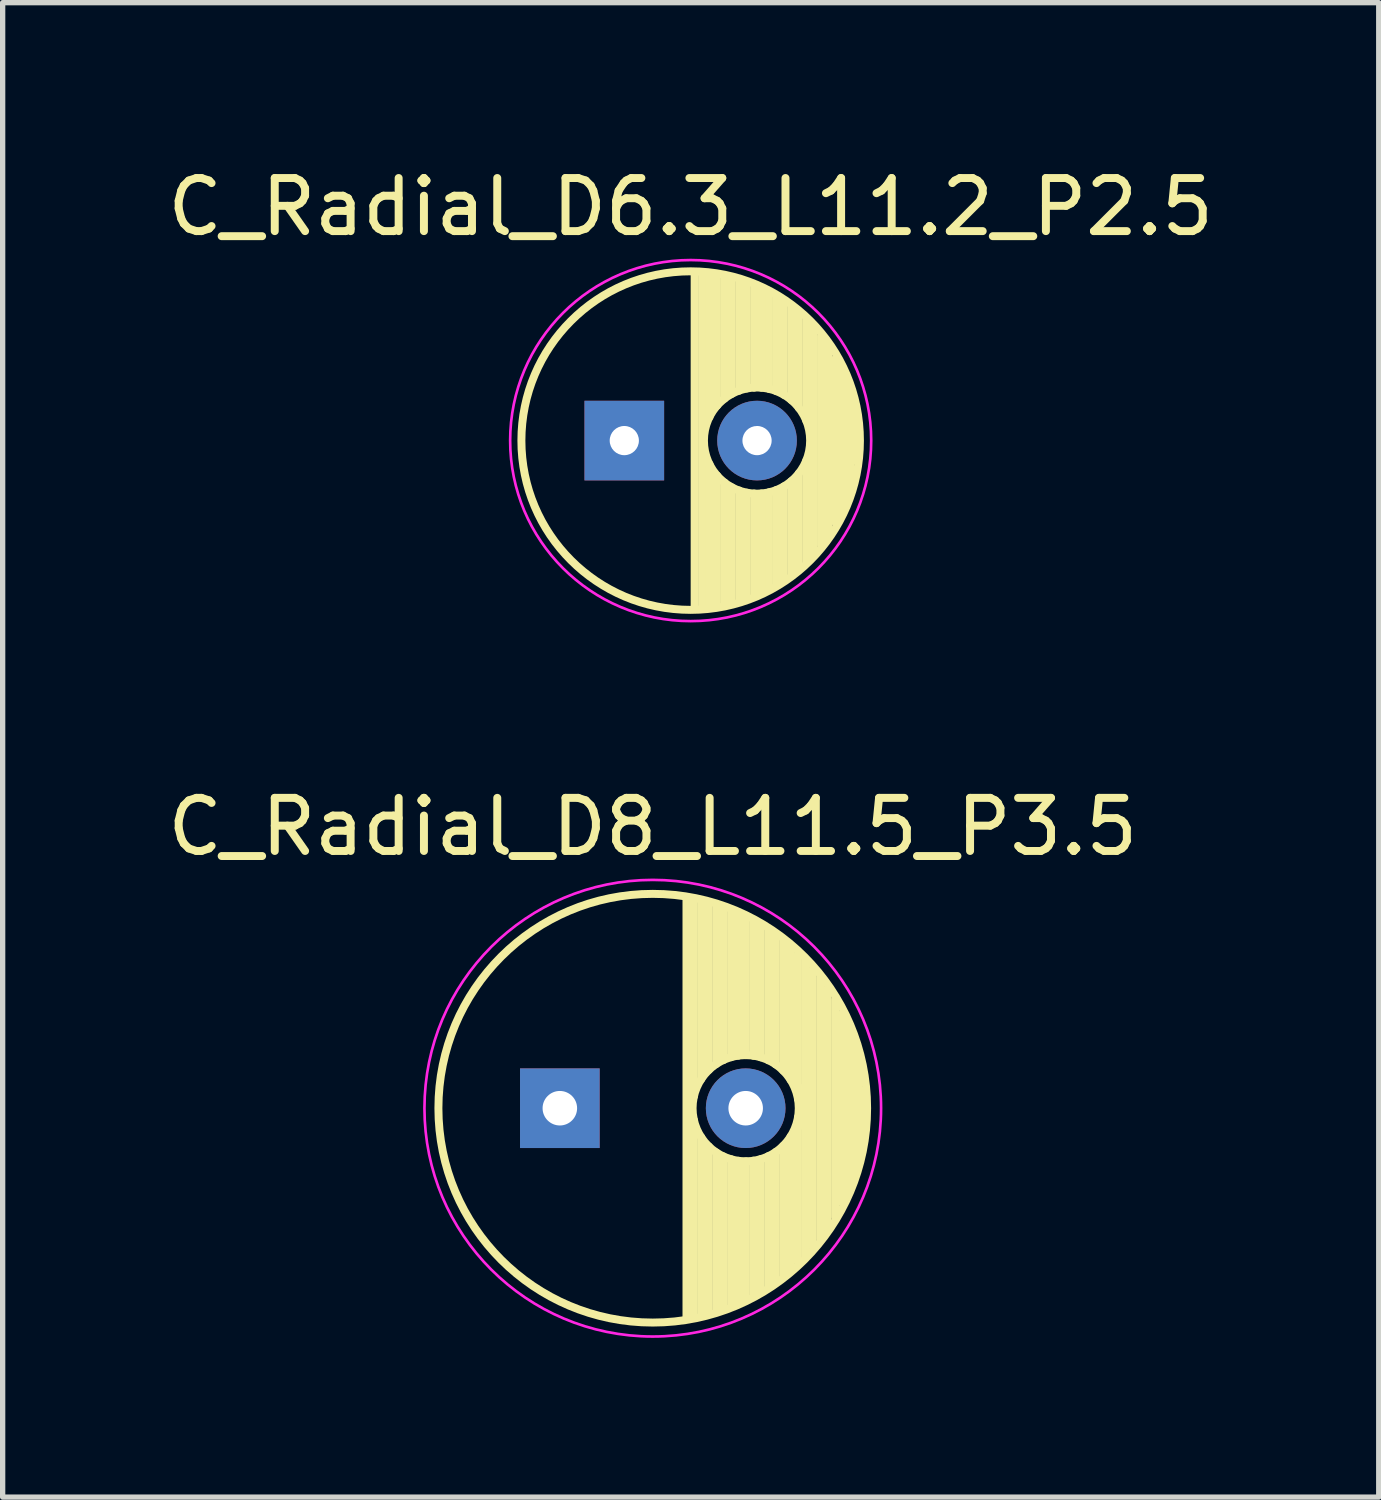
<source format=kicad_pcb>
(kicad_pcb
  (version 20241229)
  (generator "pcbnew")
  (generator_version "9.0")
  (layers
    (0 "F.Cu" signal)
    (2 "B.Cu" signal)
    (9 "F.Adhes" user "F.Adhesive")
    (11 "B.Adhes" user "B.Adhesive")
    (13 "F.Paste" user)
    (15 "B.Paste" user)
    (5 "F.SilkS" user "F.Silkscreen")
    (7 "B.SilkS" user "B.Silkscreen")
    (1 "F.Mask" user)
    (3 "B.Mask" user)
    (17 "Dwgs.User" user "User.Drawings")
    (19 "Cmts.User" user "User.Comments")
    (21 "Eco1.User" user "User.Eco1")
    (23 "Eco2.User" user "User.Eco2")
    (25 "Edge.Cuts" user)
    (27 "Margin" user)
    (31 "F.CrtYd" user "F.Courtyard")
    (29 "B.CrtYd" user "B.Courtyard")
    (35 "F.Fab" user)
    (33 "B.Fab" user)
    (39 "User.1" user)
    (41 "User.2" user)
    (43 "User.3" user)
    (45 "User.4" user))
  (footprint "C_Radial_D8_L11.5_P3.5"
    (layer "F.Cu")
    (at 7.494 17.822)
    (property "Reference" "C_Radial_D8_L11.5_P3.5" (at 1.75 -5.3 0) (layer "F.SilkS") (effects (font (size 1 1) (thickness 0.15))))
    (attr through_hole)
    (fp_line (start 2.385 -3.949) (end 2.385 3.949) (stroke (width 0.15) (type solid)) (layer "F.SilkS"))
    (fp_line (start 2.525 -3.924) (end 2.525 -0.222) (stroke (width 0.15) (type solid)) (layer "F.SilkS"))
    (fp_line (start 2.525 0.222) (end 2.525 3.924) (stroke (width 0.15) (type solid)) (layer "F.SilkS"))
    (fp_line (start 2.665 -3.894) (end 2.665 -0.55) (stroke (width 0.15) (type solid)) (layer "F.SilkS"))
    (fp_line (start 2.665 0.55) (end 2.665 3.894) (stroke (width 0.15) (type solid)) (layer "F.SilkS"))
    (fp_line (start 2.805 -3.858) (end 2.805 -0.719) (stroke (width 0.15) (type solid)) (layer "F.SilkS"))
    (fp_line (start 2.805 0.719) (end 2.805 3.858) (stroke (width 0.15) (type solid)) (layer "F.SilkS"))
    (fp_line (start 2.945 -3.817) (end 2.945 -0.832) (stroke (width 0.15) (type solid)) (layer "F.SilkS"))
    (fp_line (start 2.945 0.832) (end 2.945 3.817) (stroke (width 0.15) (type solid)) (layer "F.SilkS"))
    (fp_line (start 3.085 -3.771) (end 3.085 -0.91) (stroke (width 0.15) (type solid)) (layer "F.SilkS"))
    (fp_line (start 3.085 0.91) (end 3.085 3.771) (stroke (width 0.15) (type solid)) (layer "F.SilkS"))
    (fp_line (start 3.225 -3.718) (end 3.225 -0.961) (stroke (width 0.15) (type solid)) (layer "F.SilkS"))
    (fp_line (start 3.225 0.961) (end 3.225 3.718) (stroke (width 0.15) (type solid)) (layer "F.SilkS"))
    (fp_line (start 3.365 -3.659) (end 3.365 -0.991) (stroke (width 0.15) (type solid)) (layer "F.SilkS"))
    (fp_line (start 3.365 0.991) (end 3.365 3.659) (stroke (width 0.15) (type solid)) (layer "F.SilkS"))
    (fp_line (start 3.505 -3.594) (end 3.505 -1) (stroke (width 0.15) (type solid)) (layer "F.SilkS"))
    (fp_line (start 3.505 1) (end 3.505 3.594) (stroke (width 0.15) (type solid)) (layer "F.SilkS"))
    (fp_line (start 3.645 -3.523) (end 3.645 -0.989) (stroke (width 0.15) (type solid)) (layer "F.SilkS"))
    (fp_line (start 3.645 0.989) (end 3.645 3.523) (stroke (width 0.15) (type solid)) (layer "F.SilkS"))
    (fp_line (start 3.785 -3.444) (end 3.785 -0.959) (stroke (width 0.15) (type solid)) (layer "F.SilkS"))
    (fp_line (start 3.785 0.959) (end 3.785 3.444) (stroke (width 0.15) (type solid)) (layer "F.SilkS"))
    (fp_line (start 3.925 -3.357) (end 3.925 -0.905) (stroke (width 0.15) (type solid)) (layer "F.SilkS"))
    (fp_line (start 3.925 0.905) (end 3.925 3.357) (stroke (width 0.15) (type solid)) (layer "F.SilkS"))
    (fp_line (start 4.065 -3.262) (end 4.065 -0.825) (stroke (width 0.15) (type solid)) (layer "F.SilkS"))
    (fp_line (start 4.065 0.825) (end 4.065 3.262) (stroke (width 0.15) (type solid)) (layer "F.SilkS"))
    (fp_line (start 4.205 -3.158) (end 4.205 -0.709) (stroke (width 0.15) (type solid)) (layer "F.SilkS"))
    (fp_line (start 4.205 0.709) (end 4.205 3.158) (stroke (width 0.15) (type solid)) (layer "F.SilkS"))
    (fp_line (start 4.345 -3.044) (end 4.345 -0.535) (stroke (width 0.15) (type solid)) (layer "F.SilkS"))
    (fp_line (start 4.345 0.535) (end 4.345 3.044) (stroke (width 0.15) (type solid)) (layer "F.SilkS"))
    (fp_line (start 4.485 -2.919) (end 4.485 -0.173) (stroke (width 0.15) (type solid)) (layer "F.SilkS"))
    (fp_line (start 4.485 0.173) (end 4.485 2.919) (stroke (width 0.15) (type solid)) (layer "F.SilkS"))
    (fp_line (start 4.55 0.35) (end 4.55 -0.4) (stroke (width 0.1) (type solid)) (layer "F.SilkS"))
    (fp_line (start 4.625 -2.781) (end 4.625 2.781) (stroke (width 0.15) (type solid)) (layer "F.SilkS"))
    (fp_line (start 4.765 -2.629) (end 4.765 2.629) (stroke (width 0.15) (type solid)) (layer "F.SilkS"))
    (fp_line (start 4.905 -2.459) (end 4.905 2.459) (stroke (width 0.15) (type solid)) (layer "F.SilkS"))
    (fp_line (start 5.045 -2.268) (end 5.045 2.268) (stroke (width 0.15) (type solid)) (layer "F.SilkS"))
    (fp_line (start 5.185 -2.05) (end 5.185 2.05) (stroke (width 0.15) (type solid)) (layer "F.SilkS"))
    (fp_line (start 5.325 -1.794) (end 5.325 1.794) (stroke (width 0.15) (type solid)) (layer "F.SilkS"))
    (fp_line (start 5.4 1.55) (end 5.4 -1.6) (stroke (width 0.1) (type solid)) (layer "F.SilkS"))
    (fp_line (start 5.45 -1.5) (end 5.45 1.45) (stroke (width 0.1) (type solid)) (layer "F.SilkS"))
    (fp_line (start 5.5 1.3) (end 5.5 -1.35) (stroke (width 0.1) (type solid)) (layer "F.SilkS"))
    (fp_line (start 5.55 -1.2) (end 5.55 1.2) (stroke (width 0.1) (type solid)) (layer "F.SilkS"))
    (fp_line (start 5.6 1) (end 5.6 -1.05) (stroke (width 0.1) (type solid)) (layer "F.SilkS"))
    (fp_line (start 5.65 -0.8) (end 5.65 0.8) (stroke (width 0.1) (type solid)) (layer "F.SilkS"))
    (fp_line (start 5.7 0.4) (end 5.7 -0.35) (stroke (width 0.1) (type solid)) (layer "F.SilkS"))
    (fp_circle (center 1.75 0) (end 1.75 -4.037) (stroke (width 0.15) (type solid)) (fill no) (layer "F.SilkS"))
    (fp_circle (center 3.5 0) (end 3.5 -1) (stroke (width 0.15) (type solid)) (fill no) (layer "F.SilkS"))
    (fp_circle (center 1.75 0) (end 1.75 -4.3) (stroke (width 0.05) (type solid)) (fill no) (layer "F.CrtYd"))
    (pad "1" thru_hole rect (at 0 0) (size 1.5 1.5) (drill 0.65) (layers "*.Cu" "*.Mask"))
    (pad "2" thru_hole circle (at 3.5 0) (size 1.5 1.5) (drill 0.65) (layers "*.Cu" "*.Mask")))
  (footprint "C_Radial_D6.3_L11.2_P2.5"
    (layer "F.Cu")
    (at 8.708 5.248)
    (property "Reference" "C_Radial_D6.3_L11.2_P2.5" (at 1.25 -4.4 0) (layer "F.SilkS") (effects (font (size 1 1) (thickness 0.15))))
    (attr through_hole)
    (fp_line (start 1.325 -3.149) (end 1.325 3.149) (stroke (width 0.15) (type solid)) (layer "F.SilkS"))
    (fp_line (start 1.465 -3.143) (end 1.465 3.143) (stroke (width 0.15) (type solid)) (layer "F.SilkS"))
    (fp_line (start 1.605 -3.13) (end 1.605 -0.446) (stroke (width 0.15) (type solid)) (layer "F.SilkS"))
    (fp_line (start 1.605 0.446) (end 1.605 3.13) (stroke (width 0.15) (type solid)) (layer "F.SilkS"))
    (fp_line (start 1.745 -3.111) (end 1.745 -0.656) (stroke (width 0.15) (type solid)) (layer "F.SilkS"))
    (fp_line (start 1.745 0.656) (end 1.745 3.111) (stroke (width 0.15) (type solid)) (layer "F.SilkS"))
    (fp_line (start 1.885 -3.085) (end 1.885 -0.789) (stroke (width 0.15) (type solid)) (layer "F.SilkS"))
    (fp_line (start 1.885 0.789) (end 1.885 3.085) (stroke (width 0.15) (type solid)) (layer "F.SilkS"))
    (fp_line (start 2.025 -3.053) (end 2.025 -0.88) (stroke (width 0.15) (type solid)) (layer "F.SilkS"))
    (fp_line (start 2.025 0.88) (end 2.025 3.053) (stroke (width 0.15) (type solid)) (layer "F.SilkS"))
    (fp_line (start 2.165 -3.014) (end 2.165 -0.942) (stroke (width 0.15) (type solid)) (layer "F.SilkS"))
    (fp_line (start 2.165 0.942) (end 2.165 3.014) (stroke (width 0.15) (type solid)) (layer "F.SilkS"))
    (fp_line (start 2.305 -2.968) (end 2.305 -0.981) (stroke (width 0.15) (type solid)) (layer "F.SilkS"))
    (fp_line (start 2.305 0.981) (end 2.305 2.968) (stroke (width 0.15) (type solid)) (layer "F.SilkS"))
    (fp_line (start 2.445 -2.915) (end 2.445 -0.998) (stroke (width 0.15) (type solid)) (layer "F.SilkS"))
    (fp_line (start 2.445 0.998) (end 2.445 2.915) (stroke (width 0.15) (type solid)) (layer "F.SilkS"))
    (fp_line (start 2.585 -2.853) (end 2.585 -0.996) (stroke (width 0.15) (type solid)) (layer "F.SilkS"))
    (fp_line (start 2.585 0.996) (end 2.585 2.853) (stroke (width 0.15) (type solid)) (layer "F.SilkS"))
    (fp_line (start 2.725 -2.783) (end 2.725 -0.974) (stroke (width 0.15) (type solid)) (layer "F.SilkS"))
    (fp_line (start 2.725 0.974) (end 2.725 2.783) (stroke (width 0.15) (type solid)) (layer "F.SilkS"))
    (fp_line (start 2.865 -2.704) (end 2.865 -0.931) (stroke (width 0.15) (type solid)) (layer "F.SilkS"))
    (fp_line (start 2.865 0.931) (end 2.865 2.704) (stroke (width 0.15) (type solid)) (layer "F.SilkS"))
    (fp_line (start 3.005 -2.616) (end 3.005 -0.863) (stroke (width 0.15) (type solid)) (layer "F.SilkS"))
    (fp_line (start 3.005 0.863) (end 3.005 2.616) (stroke (width 0.15) (type solid)) (layer "F.SilkS"))
    (fp_line (start 3.145 -2.516) (end 3.145 -0.764) (stroke (width 0.15) (type solid)) (layer "F.SilkS"))
    (fp_line (start 3.145 0.764) (end 3.145 2.516) (stroke (width 0.15) (type solid)) (layer "F.SilkS"))
    (fp_line (start 3.285 -2.404) (end 3.285 -0.619) (stroke (width 0.15) (type solid)) (layer "F.SilkS"))
    (fp_line (start 3.285 0.619) (end 3.285 2.404) (stroke (width 0.15) (type solid)) (layer "F.SilkS"))
    (fp_line (start 3.425 -2.279) (end 3.425 -0.38) (stroke (width 0.15) (type solid)) (layer "F.SilkS"))
    (fp_line (start 3.425 0.38) (end 3.425 2.279) (stroke (width 0.15) (type solid)) (layer "F.SilkS"))
    (fp_line (start 3.565 -2.136) (end 3.565 2.136) (stroke (width 0.15) (type solid)) (layer "F.SilkS"))
    (fp_line (start 3.705 -1.974) (end 3.705 1.974) (stroke (width 0.15) (type solid)) (layer "F.SilkS"))
    (fp_line (start 3.845 -1.786) (end 3.845 1.786) (stroke (width 0.15) (type solid)) (layer "F.SilkS"))
    (fp_line (start 3.985 -1.563) (end 3.985 1.563) (stroke (width 0.15) (type solid)) (layer "F.SilkS"))
    (fp_line (start 4.05 1.4) (end 4.05 -1.35) (stroke (width 0.1) (type solid)) (layer "F.SilkS"))
    (fp_line (start 4.125 -1.287) (end 4.125 1.287) (stroke (width 0.15) (type solid)) (layer "F.SilkS"))
    (fp_line (start 4.2 -1.05) (end 4.2 1.05) (stroke (width 0.1) (type solid)) (layer "F.SilkS"))
    (fp_line (start 4.265 -0.912) (end 4.265 0.912) (stroke (width 0.15) (type solid)) (layer "F.SilkS"))
    (fp_line (start 4.35 0.4) (end 4.35 -0.45) (stroke (width 0.1) (type solid)) (layer "F.SilkS"))
    (fp_circle (center 1.25 0) (end 1.25 -3.188) (stroke (width 0.15) (type solid)) (fill no) (layer "F.SilkS"))
    (fp_circle (center 2.5 0) (end 2.5 -1) (stroke (width 0.15) (type solid)) (fill no) (layer "F.SilkS"))
    (fp_circle (center 1.25 0) (end 1.25 -3.4) (stroke (width 0.05) (type solid)) (fill no) (layer "F.CrtYd"))
    (pad "1" thru_hole rect (at 0 0) (size 1.5 1.5) (drill 0.55) (layers "*.Cu" "*.Mask"))
    (pad "2" thru_hole circle (at 2.5 0) (size 1.5 1.5) (drill 0.55) (layers "*.Cu" "*.Mask")))
  (gr_rect
    (start -3 -3)
    (end 22.917 25.146)
    (stroke (width 0.1) (type default))
    (fill no)
    (layer "Edge.Cuts")))
</source>
